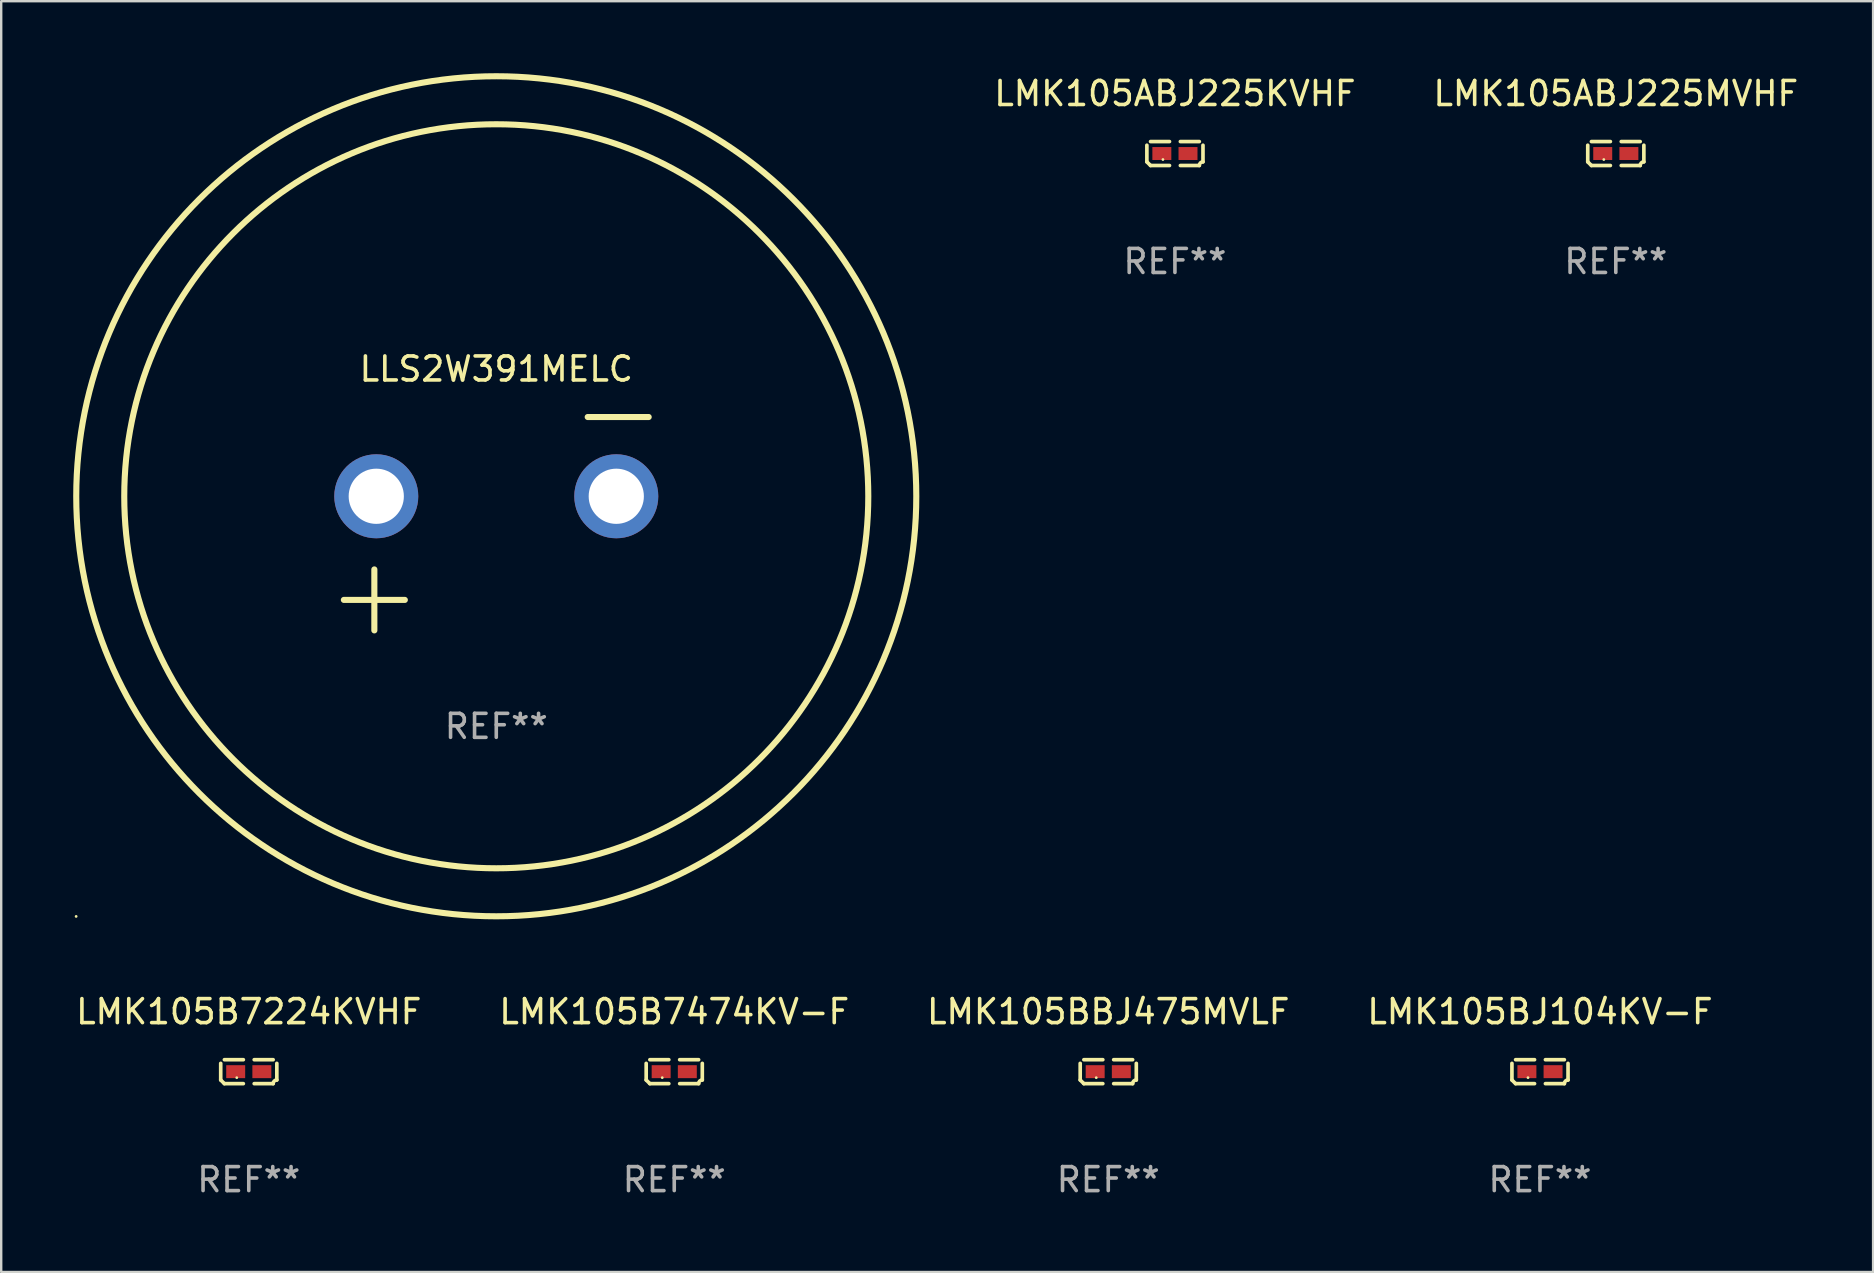
<source format=kicad_pcb>
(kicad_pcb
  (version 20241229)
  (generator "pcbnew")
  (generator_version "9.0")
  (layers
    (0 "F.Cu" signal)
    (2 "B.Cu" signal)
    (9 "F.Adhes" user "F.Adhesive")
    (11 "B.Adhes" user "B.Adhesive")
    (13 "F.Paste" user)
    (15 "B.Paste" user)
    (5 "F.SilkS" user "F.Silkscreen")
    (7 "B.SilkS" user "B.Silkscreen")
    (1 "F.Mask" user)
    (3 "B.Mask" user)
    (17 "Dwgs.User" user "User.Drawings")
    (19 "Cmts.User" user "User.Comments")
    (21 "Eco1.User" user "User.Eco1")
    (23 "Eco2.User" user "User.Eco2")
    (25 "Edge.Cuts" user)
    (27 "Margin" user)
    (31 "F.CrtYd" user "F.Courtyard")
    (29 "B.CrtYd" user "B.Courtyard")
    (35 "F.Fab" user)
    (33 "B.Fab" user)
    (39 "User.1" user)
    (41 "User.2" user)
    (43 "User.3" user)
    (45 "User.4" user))
  (footprint "LMK105BJ104KV-F"
    (layer "F.Cu")
    (at 61.113 41.601)
    (property "Reference" "LMK105BJ104KV-F" (at 0 -2.499 0) (layer "F.SilkS") (effects (font (size 1 1) (thickness 0.15))))
    (attr through_hole)
    (fp_line (start -1.169 0.346) (end -1.169 -0.346) (stroke (width 0.152) (type solid)) (layer "F.SilkS"))
    (fp_line (start -1.016 -0.499) (end -0.226 -0.499) (stroke (width 0.152) (type solid)) (layer "F.SilkS"))
    (fp_line (start -0.226 0.499) (end -1.016 0.499) (stroke (width 0.152) (type solid)) (layer "F.SilkS"))
    (fp_line (start 0.226 0.499) (end 1.016 0.499) (stroke (width 0.152) (type solid)) (layer "F.SilkS"))
    (fp_line (start 1.016 -0.499) (end 0.226 -0.499) (stroke (width 0.152) (type solid)) (layer "F.SilkS"))
    (fp_line (start 1.169 0.346) (end 1.169 -0.346) (stroke (width 0.152) (type solid)) (layer "F.SilkS"))
    (fp_arc (start -1.016307 0.498603) (mid -1.092512 0.422405) (end -1.16871 0.3462) (stroke (width 0.1524) (type solid)) (layer "F.SilkS"))
    (fp_arc (start 1.016307 0.498603) (mid 1.060899 0.390758) (end 1.168707 0.346076) (stroke (width 0.1524) (type solid)) (layer "F.SilkS"))
    (fp_circle (center -0.5 0.25) (end -0.47 0.25) (stroke (width 0.06) (type solid)) (fill no) (layer "F.SilkS"))
    (fp_text user "REF**" (at 0 4.499 0) (layer "F.Fab") (effects (font (size 1 1) (thickness 0.15))))
    (pad "1" smd rect (at -0.545 0) (size 0.79 0.54) (layers "F.Cu" "F.Mask" "F.Paste"))
    (pad "2" smd rect (at 0.545 0) (size 0.79 0.54) (layers "F.Cu" "F.Mask" "F.Paste")))
  (footprint "LLS2W391MELC"
    (layer "F.Cu")
    (at 17.627 18.77)
    (property "Reference" "LLS2W391MELC" (at 0 -6.445 0) (layer "F.SilkS") (effects (font (size 1 1) (thickness 0.15))))
    (attr through_hole)
    (fp_line (start -6.35 3.175) (end -3.81 3.175) (stroke (width 0.254) (type solid)) (layer "F.SilkS"))
    (fp_line (start -5.08 1.905) (end -5.08 4.445) (stroke (width 0.254) (type solid)) (layer "F.SilkS"))
    (fp_line (start 3.81 -4.445) (end 6.35 -4.445) (stroke (width 0.254) (type solid)) (layer "F.SilkS"))
    (fp_circle (center -17.505 16.362) (end -17.475 16.362) (stroke (width 0.06) (type solid)) (fill no) (layer "F.SilkS"))
    (fp_circle (center 0 -1.143) (end 15.5 -1.143) (stroke (width 0.254) (type solid)) (fill no) (layer "F.SilkS"))
    (fp_circle (center 0 -1.143) (end 17.5 -1.143) (stroke (width 0.254) (type solid)) (fill no) (layer "F.SilkS"))
    (fp_text user "REF**" (at 0 8.445 0) (layer "F.Fab") (effects (font (size 1 1) (thickness 0.15))))
    (pad "1" thru_hole circle (at -5 -1.143) (size 3.5 3.5) (drill 2.3) (layers "*.Cu" "*.Mask"))
    (pad "2" thru_hole circle (at 5 -1.143) (size 3.5 3.5) (drill 2.3) (layers "*.Cu" "*.Mask")))
  (footprint "LMK105B7224KVHF"
    (layer "F.Cu")
    (at 7.315 41.601)
    (property "Reference" "LMK105B7224KVHF" (at 0 -2.499 0) (layer "F.SilkS") (effects (font (size 1 1) (thickness 0.15))))
    (attr through_hole)
    (fp_line (start -1.169 0.346) (end -1.169 -0.346) (stroke (width 0.152) (type solid)) (layer "F.SilkS"))
    (fp_line (start -1.016 -0.499) (end -0.226 -0.499) (stroke (width 0.152) (type solid)) (layer "F.SilkS"))
    (fp_line (start -0.226 0.499) (end -1.016 0.499) (stroke (width 0.152) (type solid)) (layer "F.SilkS"))
    (fp_line (start 0.226 0.499) (end 1.016 0.499) (stroke (width 0.152) (type solid)) (layer "F.SilkS"))
    (fp_line (start 1.016 -0.499) (end 0.226 -0.499) (stroke (width 0.152) (type solid)) (layer "F.SilkS"))
    (fp_line (start 1.169 0.346) (end 1.169 -0.346) (stroke (width 0.152) (type solid)) (layer "F.SilkS"))
    (fp_arc (start -1.016307 0.498603) (mid -1.092512 0.422405) (end -1.16871 0.3462) (stroke (width 0.1524) (type solid)) (layer "F.SilkS"))
    (fp_arc (start 1.016307 0.498603) (mid 1.060899 0.390758) (end 1.168707 0.346076) (stroke (width 0.1524) (type solid)) (layer "F.SilkS"))
    (fp_circle (center -0.5 0.25) (end -0.47 0.25) (stroke (width 0.06) (type solid)) (fill no) (layer "F.SilkS"))
    (fp_text user "REF**" (at 0 4.499 0) (layer "F.Fab") (effects (font (size 1 1) (thickness 0.15))))
    (pad "1" smd rect (at -0.545 0) (size 0.79 0.54) (layers "F.Cu" "F.Mask" "F.Paste"))
    (pad "2" smd rect (at 0.545 0) (size 0.79 0.54) (layers "F.Cu" "F.Mask" "F.Paste")))
  (footprint "LMK105B7474KV-F"
    (layer "F.Cu")
    (at 25.042 41.601)
    (property "Reference" "LMK105B7474KV-F" (at 0 -2.499 0) (layer "F.SilkS") (effects (font (size 1 1) (thickness 0.15))))
    (attr through_hole)
    (fp_line (start -1.169 0.346) (end -1.169 -0.346) (stroke (width 0.152) (type solid)) (layer "F.SilkS"))
    (fp_line (start -1.016 -0.499) (end -0.226 -0.499) (stroke (width 0.152) (type solid)) (layer "F.SilkS"))
    (fp_line (start -0.226 0.499) (end -1.016 0.499) (stroke (width 0.152) (type solid)) (layer "F.SilkS"))
    (fp_line (start 0.226 0.499) (end 1.016 0.499) (stroke (width 0.152) (type solid)) (layer "F.SilkS"))
    (fp_line (start 1.016 -0.499) (end 0.226 -0.499) (stroke (width 0.152) (type solid)) (layer "F.SilkS"))
    (fp_line (start 1.169 0.346) (end 1.169 -0.346) (stroke (width 0.152) (type solid)) (layer "F.SilkS"))
    (fp_arc (start -1.016307 0.498603) (mid -1.092512 0.422405) (end -1.16871 0.3462) (stroke (width 0.1524) (type solid)) (layer "F.SilkS"))
    (fp_arc (start 1.016307 0.498603) (mid 1.060899 0.390758) (end 1.168707 0.346076) (stroke (width 0.1524) (type solid)) (layer "F.SilkS"))
    (fp_circle (center -0.5 0.25) (end -0.47 0.25) (stroke (width 0.06) (type solid)) (fill no) (layer "F.SilkS"))
    (fp_text user "REF**" (at 0 4.499 0) (layer "F.Fab") (effects (font (size 1 1) (thickness 0.15))))
    (pad "1" smd rect (at -0.545 0) (size 0.79 0.54) (layers "F.Cu" "F.Mask" "F.Paste"))
    (pad "2" smd rect (at 0.545 0) (size 0.79 0.54) (layers "F.Cu" "F.Mask" "F.Paste")))
  (footprint "LMK105BBJ475MVLF"
    (layer "F.Cu")
    (at 43.125 41.601)
    (property "Reference" "LMK105BBJ475MVLF" (at 0 -2.499 0) (layer "F.SilkS") (effects (font (size 1 1) (thickness 0.15))))
    (attr through_hole)
    (fp_line (start -1.169 0.346) (end -1.169 -0.346) (stroke (width 0.152) (type solid)) (layer "F.SilkS"))
    (fp_line (start -1.016 -0.499) (end -0.226 -0.499) (stroke (width 0.152) (type solid)) (layer "F.SilkS"))
    (fp_line (start -0.226 0.499) (end -1.016 0.499) (stroke (width 0.152) (type solid)) (layer "F.SilkS"))
    (fp_line (start 0.226 0.499) (end 1.016 0.499) (stroke (width 0.152) (type solid)) (layer "F.SilkS"))
    (fp_line (start 1.016 -0.499) (end 0.226 -0.499) (stroke (width 0.152) (type solid)) (layer "F.SilkS"))
    (fp_line (start 1.169 0.346) (end 1.169 -0.346) (stroke (width 0.152) (type solid)) (layer "F.SilkS"))
    (fp_arc (start -1.016307 0.498603) (mid -1.092512 0.422405) (end -1.16871 0.3462) (stroke (width 0.1524) (type solid)) (layer "F.SilkS"))
    (fp_arc (start 1.016307 0.498603) (mid 1.060899 0.390758) (end 1.168707 0.346076) (stroke (width 0.1524) (type solid)) (layer "F.SilkS"))
    (fp_circle (center -0.5 0.25) (end -0.47 0.25) (stroke (width 0.06) (type solid)) (fill no) (layer "F.SilkS"))
    (fp_text user "REF**" (at 0 4.499 0) (layer "F.Fab") (effects (font (size 1 1) (thickness 0.15))))
    (pad "1" smd rect (at -0.545 0) (size 0.79 0.54) (layers "F.Cu" "F.Mask" "F.Paste"))
    (pad "2" smd rect (at 0.545 0) (size 0.79 0.54) (layers "F.Cu" "F.Mask" "F.Paste")))
  (footprint "LMK105ABJ225MVHF"
    (layer "F.Cu")
    (at 64.272 3.347)
    (property "Reference" "LMK105ABJ225MVHF" (at 0 -2.499 0) (layer "F.SilkS") (effects (font (size 1 1) (thickness 0.15))))
    (attr through_hole)
    (fp_line (start -1.169 0.346) (end -1.169 -0.346) (stroke (width 0.152) (type solid)) (layer "F.SilkS"))
    (fp_line (start -1.016 -0.499) (end -0.226 -0.499) (stroke (width 0.152) (type solid)) (layer "F.SilkS"))
    (fp_line (start -0.226 0.499) (end -1.016 0.499) (stroke (width 0.152) (type solid)) (layer "F.SilkS"))
    (fp_line (start 0.226 0.499) (end 1.016 0.499) (stroke (width 0.152) (type solid)) (layer "F.SilkS"))
    (fp_line (start 1.016 -0.499) (end 0.226 -0.499) (stroke (width 0.152) (type solid)) (layer "F.SilkS"))
    (fp_line (start 1.169 0.346) (end 1.169 -0.346) (stroke (width 0.152) (type solid)) (layer "F.SilkS"))
    (fp_arc (start -1.016307 0.498603) (mid -1.092512 0.422405) (end -1.16871 0.3462) (stroke (width 0.1524) (type solid)) (layer "F.SilkS"))
    (fp_arc (start 1.016307 0.498603) (mid 1.060899 0.390758) (end 1.168707 0.346076) (stroke (width 0.1524) (type solid)) (layer "F.SilkS"))
    (fp_circle (center -0.5 0.25) (end -0.47 0.25) (stroke (width 0.06) (type solid)) (fill no) (layer "F.SilkS"))
    (fp_text user "REF**" (at 0 4.499 0) (layer "F.Fab") (effects (font (size 1 1) (thickness 0.15))))
    (pad "1" smd rect (at -0.545 0) (size 0.79 0.54) (layers "F.Cu" "F.Mask" "F.Paste"))
    (pad "2" smd rect (at 0.545 0) (size 0.79 0.54) (layers "F.Cu" "F.Mask" "F.Paste")))
  (footprint "LMK105ABJ225KVHF"
    (layer "F.Cu")
    (at 45.903 3.347)
    (property "Reference" "LMK105ABJ225KVHF" (at 0 -2.499 0) (layer "F.SilkS") (effects (font (size 1 1) (thickness 0.15))))
    (attr through_hole)
    (fp_line (start -1.169 0.346) (end -1.169 -0.346) (stroke (width 0.152) (type solid)) (layer "F.SilkS"))
    (fp_line (start -1.016 -0.499) (end -0.226 -0.499) (stroke (width 0.152) (type solid)) (layer "F.SilkS"))
    (fp_line (start -0.226 0.499) (end -1.016 0.499) (stroke (width 0.152) (type solid)) (layer "F.SilkS"))
    (fp_line (start 0.226 0.499) (end 1.016 0.499) (stroke (width 0.152) (type solid)) (layer "F.SilkS"))
    (fp_line (start 1.016 -0.499) (end 0.226 -0.499) (stroke (width 0.152) (type solid)) (layer "F.SilkS"))
    (fp_line (start 1.169 0.346) (end 1.169 -0.346) (stroke (width 0.152) (type solid)) (layer "F.SilkS"))
    (fp_arc (start -1.016307 0.498603) (mid -1.092512 0.422405) (end -1.16871 0.3462) (stroke (width 0.1524) (type solid)) (layer "F.SilkS"))
    (fp_arc (start 1.016307 0.498603) (mid 1.060899 0.390758) (end 1.168707 0.346076) (stroke (width 0.1524) (type solid)) (layer "F.SilkS"))
    (fp_circle (center -0.5 0.25) (end -0.47 0.25) (stroke (width 0.06) (type solid)) (fill no) (layer "F.SilkS"))
    (fp_text user "REF**" (at 0 4.499 0) (layer "F.Fab") (effects (font (size 1 1) (thickness 0.15))))
    (pad "1" smd rect (at -0.545 0) (size 0.79 0.54) (layers "F.Cu" "F.Mask" "F.Paste"))
    (pad "2" smd rect (at 0.545 0) (size 0.79 0.54) (layers "F.Cu" "F.Mask" "F.Paste")))
  (gr_rect
    (start -3 -3)
    (end 74.992 49.948)
    (stroke (width 0.1) (type default))
    (fill no)
    (layer "Edge.Cuts")))
</source>
